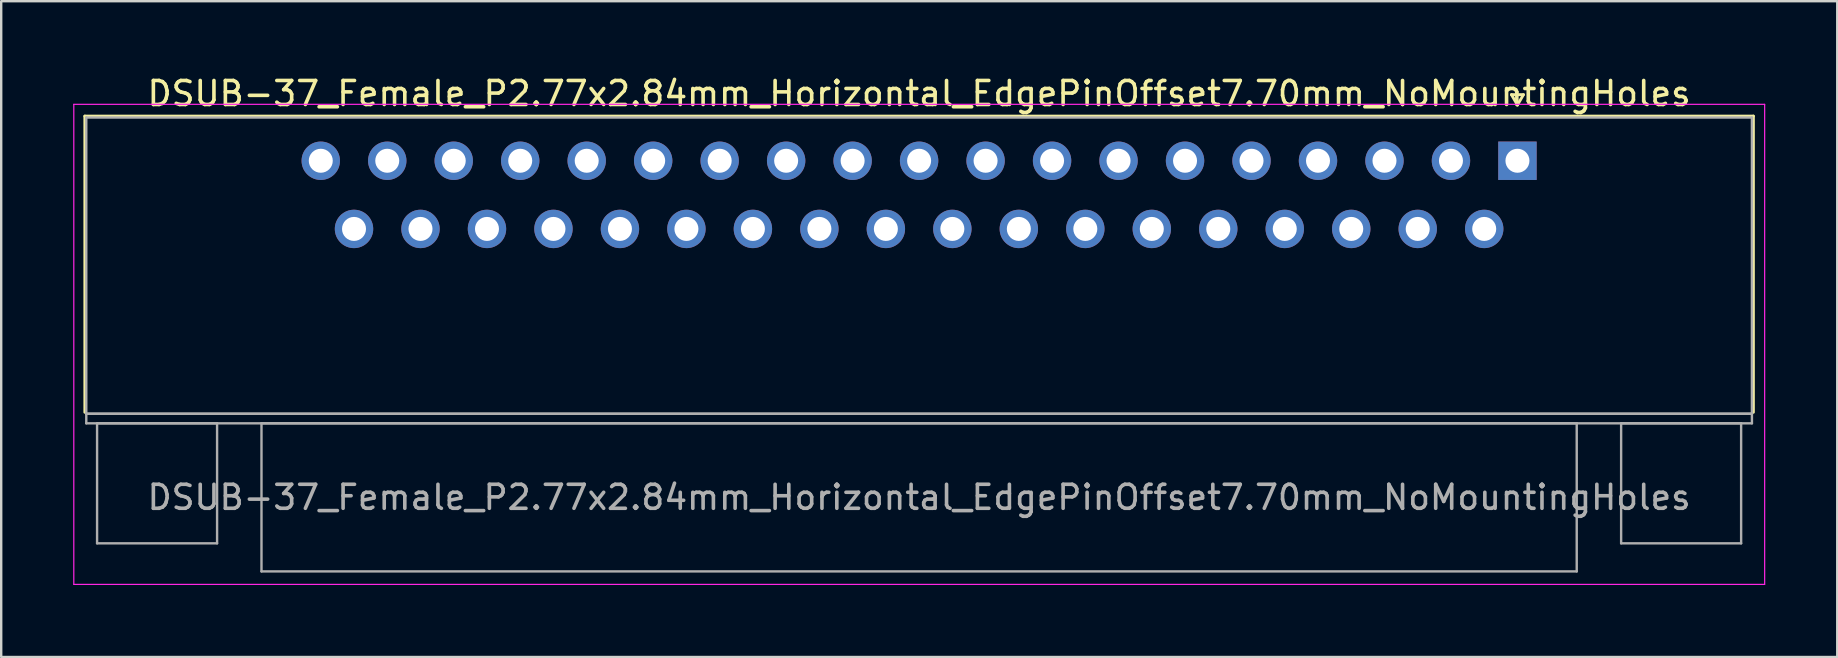
<source format=kicad_pcb>
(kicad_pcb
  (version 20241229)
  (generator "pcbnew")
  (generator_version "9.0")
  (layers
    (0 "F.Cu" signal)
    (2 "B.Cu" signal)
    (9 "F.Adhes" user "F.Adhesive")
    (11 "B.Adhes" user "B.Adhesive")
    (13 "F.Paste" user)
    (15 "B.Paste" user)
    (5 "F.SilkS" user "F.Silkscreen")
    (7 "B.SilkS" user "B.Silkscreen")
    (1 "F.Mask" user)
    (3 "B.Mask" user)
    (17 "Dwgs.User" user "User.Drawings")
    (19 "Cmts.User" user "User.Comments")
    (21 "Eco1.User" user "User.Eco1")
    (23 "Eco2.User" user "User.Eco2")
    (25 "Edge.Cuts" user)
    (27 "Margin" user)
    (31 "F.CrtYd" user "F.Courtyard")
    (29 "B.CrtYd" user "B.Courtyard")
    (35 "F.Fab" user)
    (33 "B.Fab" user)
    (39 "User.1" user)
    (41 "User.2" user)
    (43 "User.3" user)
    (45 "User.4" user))
  (footprint "DSUB-37_Female_P2.77x2.84mm_Horizontal_EdgePinOffset7.70mm_NoMountingHoles"
    (layer "F.Cu")
    (at 60.175 3.648)
    (property "Reference" "DSUB-37_Female_P2.77x2.84mm_Horizontal_EdgePinOffset7.70mm_NoMountingHoles" (at -24.93 -2.8 0) (layer "F.SilkS") (effects (font (size 1 1) (thickness 0.15))))
    (attr through_hole)
    (fp_line (start -59.69 -1.86) (end 9.83 -1.86) (stroke (width 0.12) (type solid)) (layer "F.SilkS"))
    (fp_line (start -59.69 10.48) (end -59.69 -1.86) (stroke (width 0.12) (type solid)) (layer "F.SilkS"))
    (fp_line (start -0.25 -2.754) (end 0.25 -2.754) (stroke (width 0.12) (type solid)) (layer "F.SilkS"))
    (fp_line (start 0 -2.321) (end -0.25 -2.754) (stroke (width 0.12) (type solid)) (layer "F.SilkS"))
    (fp_line (start 0.25 -2.754) (end 0 -2.321) (stroke (width 0.12) (type solid)) (layer "F.SilkS"))
    (fp_line (start 9.83 -1.86) (end 9.83 10.48) (stroke (width 0.12) (type solid)) (layer "F.SilkS"))
    (fp_line (start -60.15 -2.35) (end -60.15 17.65) (stroke (width 0.05) (type solid)) (layer "F.CrtYd"))
    (fp_line (start -60.15 17.65) (end 10.3 17.65) (stroke (width 0.05) (type solid)) (layer "F.CrtYd"))
    (fp_line (start 10.3 -2.35) (end -60.15 -2.35) (stroke (width 0.05) (type solid)) (layer "F.CrtYd"))
    (fp_line (start 10.3 17.65) (end 10.3 -2.35) (stroke (width 0.05) (type solid)) (layer "F.CrtYd"))
    (fp_line (start -59.63 -1.8) (end -59.63 10.54) (stroke (width 0.1) (type solid)) (layer "F.Fab"))
    (fp_line (start -59.63 10.54) (end -59.63 10.94) (stroke (width 0.1) (type solid)) (layer "F.Fab"))
    (fp_line (start -59.63 10.54) (end 9.77 10.54) (stroke (width 0.1) (type solid)) (layer "F.Fab"))
    (fp_line (start -59.63 10.94) (end 9.77 10.94) (stroke (width 0.1) (type solid)) (layer "F.Fab"))
    (fp_line (start -59.18 10.94) (end -59.18 15.94) (stroke (width 0.1) (type solid)) (layer "F.Fab"))
    (fp_line (start -59.18 15.94) (end -54.18 15.94) (stroke (width 0.1) (type solid)) (layer "F.Fab"))
    (fp_line (start -54.18 10.94) (end -59.18 10.94) (stroke (width 0.1) (type solid)) (layer "F.Fab"))
    (fp_line (start -54.18 15.94) (end -54.18 10.94) (stroke (width 0.1) (type solid)) (layer "F.Fab"))
    (fp_line (start -52.33 10.94) (end -52.33 17.11) (stroke (width 0.1) (type solid)) (layer "F.Fab"))
    (fp_line (start -52.33 17.11) (end 2.47 17.11) (stroke (width 0.1) (type solid)) (layer "F.Fab"))
    (fp_line (start 2.47 10.94) (end -52.33 10.94) (stroke (width 0.1) (type solid)) (layer "F.Fab"))
    (fp_line (start 2.47 17.11) (end 2.47 10.94) (stroke (width 0.1) (type solid)) (layer "F.Fab"))
    (fp_line (start 4.32 10.94) (end 4.32 15.94) (stroke (width 0.1) (type solid)) (layer "F.Fab"))
    (fp_line (start 4.32 15.94) (end 9.32 15.94) (stroke (width 0.1) (type solid)) (layer "F.Fab"))
    (fp_line (start 9.32 10.94) (end 4.32 10.94) (stroke (width 0.1) (type solid)) (layer "F.Fab"))
    (fp_line (start 9.32 15.94) (end 9.32 10.94) (stroke (width 0.1) (type solid)) (layer "F.Fab"))
    (fp_line (start 9.77 -1.8) (end -59.63 -1.8) (stroke (width 0.1) (type solid)) (layer "F.Fab"))
    (fp_line (start 9.77 10.54) (end -59.63 10.54) (stroke (width 0.1) (type solid)) (layer "F.Fab"))
    (fp_line (start 9.77 10.54) (end 9.77 -1.8) (stroke (width 0.1) (type solid)) (layer "F.Fab"))
    (fp_line (start 9.77 10.94) (end 9.77 10.54) (stroke (width 0.1) (type solid)) (layer "F.Fab"))
    (fp_text user "${REFERENCE}" (at -24.93 14.025 0) (layer "F.Fab") (effects (font (size 1 1) (thickness 0.15))))
    (pad "1" thru_hole rect (at 0 0) (size 1.6 1.6) (drill 1) (layers "*.Cu" "*.Mask"))
    (pad "2" thru_hole circle (at -2.77 0) (size 1.6 1.6) (drill 1) (layers "*.Cu" "*.Mask"))
    (pad "3" thru_hole circle (at -5.54 0) (size 1.6 1.6) (drill 1) (layers "*.Cu" "*.Mask"))
    (pad "4" thru_hole circle (at -8.31 0) (size 1.6 1.6) (drill 1) (layers "*.Cu" "*.Mask"))
    (pad "5" thru_hole circle (at -11.08 0) (size 1.6 1.6) (drill 1) (layers "*.Cu" "*.Mask"))
    (pad "6" thru_hole circle (at -13.85 0) (size 1.6 1.6) (drill 1) (layers "*.Cu" "*.Mask"))
    (pad "7" thru_hole circle (at -16.62 0) (size 1.6 1.6) (drill 1) (layers "*.Cu" "*.Mask"))
    (pad "8" thru_hole circle (at -19.39 0) (size 1.6 1.6) (drill 1) (layers "*.Cu" "*.Mask"))
    (pad "9" thru_hole circle (at -22.16 0) (size 1.6 1.6) (drill 1) (layers "*.Cu" "*.Mask"))
    (pad "10" thru_hole circle (at -24.93 0) (size 1.6 1.6) (drill 1) (layers "*.Cu" "*.Mask"))
    (pad "11" thru_hole circle (at -27.7 0) (size 1.6 1.6) (drill 1) (layers "*.Cu" "*.Mask"))
    (pad "12" thru_hole circle (at -30.47 0) (size 1.6 1.6) (drill 1) (layers "*.Cu" "*.Mask"))
    (pad "13" thru_hole circle (at -33.24 0) (size 1.6 1.6) (drill 1) (layers "*.Cu" "*.Mask"))
    (pad "14" thru_hole circle (at -36.01 0) (size 1.6 1.6) (drill 1) (layers "*.Cu" "*.Mask"))
    (pad "15" thru_hole circle (at -38.78 0) (size 1.6 1.6) (drill 1) (layers "*.Cu" "*.Mask"))
    (pad "16" thru_hole circle (at -41.55 0) (size 1.6 1.6) (drill 1) (layers "*.Cu" "*.Mask"))
    (pad "17" thru_hole circle (at -44.32 0) (size 1.6 1.6) (drill 1) (layers "*.Cu" "*.Mask"))
    (pad "18" thru_hole circle (at -47.09 0) (size 1.6 1.6) (drill 1) (layers "*.Cu" "*.Mask"))
    (pad "19" thru_hole circle (at -49.86 0) (size 1.6 1.6) (drill 1) (layers "*.Cu" "*.Mask"))
    (pad "20" thru_hole circle (at -1.385 2.84) (size 1.6 1.6) (drill 1) (layers "*.Cu" "*.Mask"))
    (pad "21" thru_hole circle (at -4.155 2.84) (size 1.6 1.6) (drill 1) (layers "*.Cu" "*.Mask"))
    (pad "22" thru_hole circle (at -6.925 2.84) (size 1.6 1.6) (drill 1) (layers "*.Cu" "*.Mask"))
    (pad "23" thru_hole circle (at -9.695 2.84) (size 1.6 1.6) (drill 1) (layers "*.Cu" "*.Mask"))
    (pad "24" thru_hole circle (at -12.465 2.84) (size 1.6 1.6) (drill 1) (layers "*.Cu" "*.Mask"))
    (pad "25" thru_hole circle (at -15.235 2.84) (size 1.6 1.6) (drill 1) (layers "*.Cu" "*.Mask"))
    (pad "26" thru_hole circle (at -18.005 2.84) (size 1.6 1.6) (drill 1) (layers "*.Cu" "*.Mask"))
    (pad "27" thru_hole circle (at -20.775 2.84) (size 1.6 1.6) (drill 1) (layers "*.Cu" "*.Mask"))
    (pad "28" thru_hole circle (at -23.545 2.84) (size 1.6 1.6) (drill 1) (layers "*.Cu" "*.Mask"))
    (pad "29" thru_hole circle (at -26.315 2.84) (size 1.6 1.6) (drill 1) (layers "*.Cu" "*.Mask"))
    (pad "30" thru_hole circle (at -29.085 2.84) (size 1.6 1.6) (drill 1) (layers "*.Cu" "*.Mask"))
    (pad "31" thru_hole circle (at -31.855 2.84) (size 1.6 1.6) (drill 1) (layers "*.Cu" "*.Mask"))
    (pad "32" thru_hole circle (at -34.625 2.84) (size 1.6 1.6) (drill 1) (layers "*.Cu" "*.Mask"))
    (pad "33" thru_hole circle (at -37.395 2.84) (size 1.6 1.6) (drill 1) (layers "*.Cu" "*.Mask"))
    (pad "34" thru_hole circle (at -40.165 2.84) (size 1.6 1.6) (drill 1) (layers "*.Cu" "*.Mask"))
    (pad "35" thru_hole circle (at -42.935 2.84) (size 1.6 1.6) (drill 1) (layers "*.Cu" "*.Mask"))
    (pad "36" thru_hole circle (at -45.705 2.84) (size 1.6 1.6) (drill 1) (layers "*.Cu" "*.Mask"))
    (pad "37" thru_hole circle (at -48.475 2.84) (size 1.6 1.6) (drill 1) (layers "*.Cu" "*.Mask")))
  (gr_rect
    (start -3 -3)
    (end 73.5 24.323)
    (stroke (width 0.1) (type default))
    (fill no)
    (layer "Edge.Cuts")))
</source>
